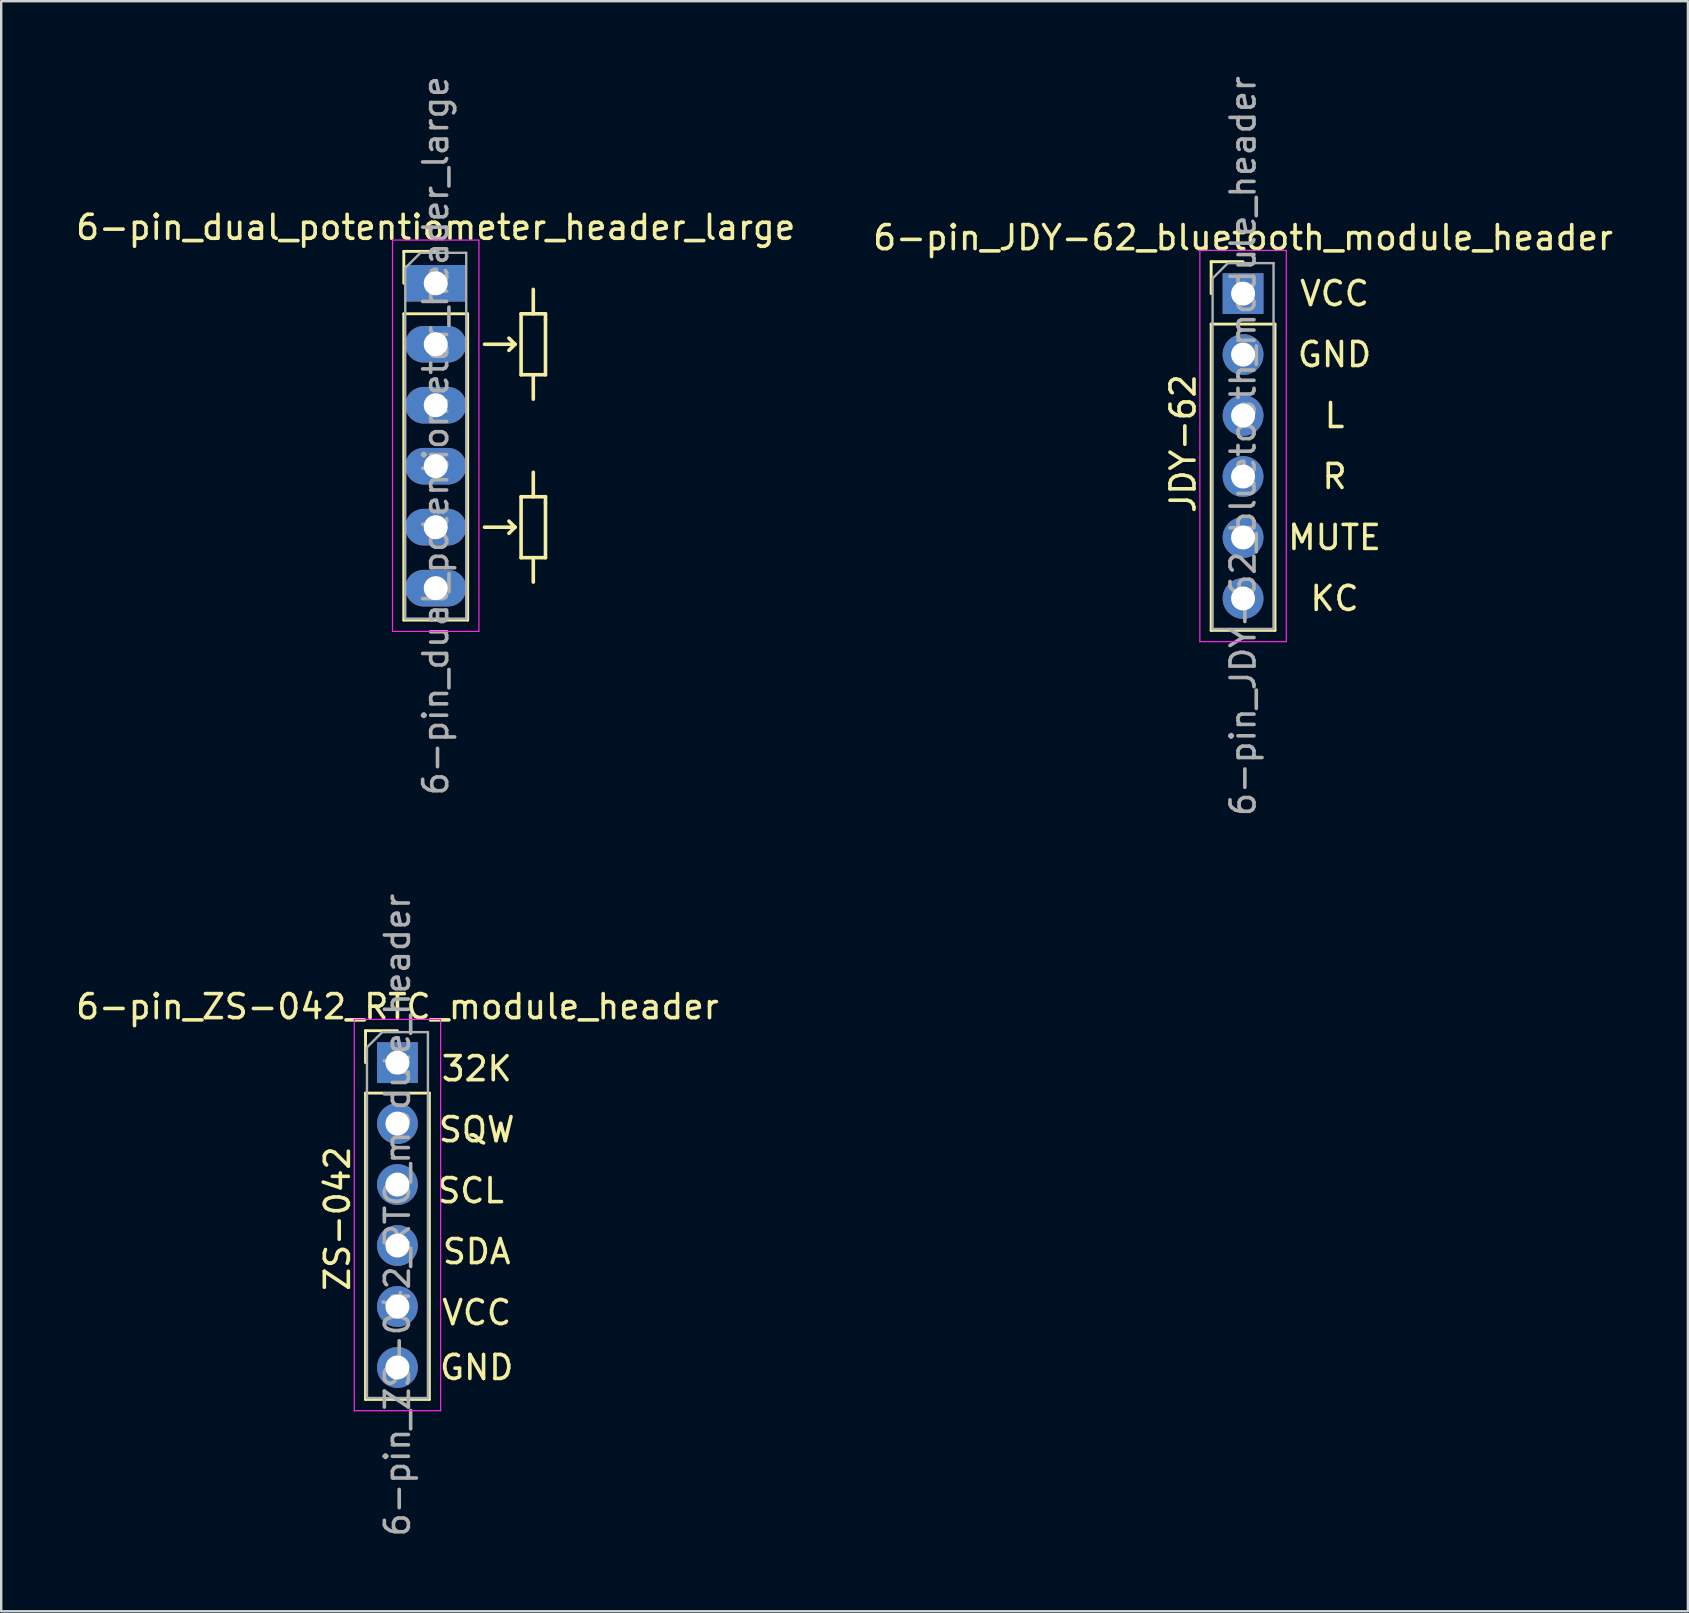
<source format=kicad_pcb>
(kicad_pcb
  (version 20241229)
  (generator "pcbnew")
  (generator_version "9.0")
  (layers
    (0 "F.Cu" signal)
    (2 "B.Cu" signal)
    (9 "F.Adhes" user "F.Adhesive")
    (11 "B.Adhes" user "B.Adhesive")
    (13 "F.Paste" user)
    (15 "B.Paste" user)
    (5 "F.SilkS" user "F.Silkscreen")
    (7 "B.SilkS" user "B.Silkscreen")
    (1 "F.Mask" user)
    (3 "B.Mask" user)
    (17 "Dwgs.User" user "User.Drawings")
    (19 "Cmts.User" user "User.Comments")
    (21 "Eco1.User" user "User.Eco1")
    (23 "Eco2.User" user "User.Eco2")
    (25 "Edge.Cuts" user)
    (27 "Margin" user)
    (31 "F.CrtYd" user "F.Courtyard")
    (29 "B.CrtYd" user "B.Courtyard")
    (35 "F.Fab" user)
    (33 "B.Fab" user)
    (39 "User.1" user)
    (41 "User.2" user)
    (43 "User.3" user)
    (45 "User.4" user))
  (footprint "6-pin_JDY-62_bluetooth_module_header"
    (layer "F.Cu")
    (at 48.732 9.18)
    (property "Reference" "6-pin_JDY-62_bluetooth_module_header" (at 0 -2.33 0) (layer "F.SilkS") (effects (font (size 1 1) (thickness 0.15))))
    (attr through_hole)
    (fp_line (start -1.33 -1.33) (end 0 -1.33) (stroke (width 0.12) (type solid)) (layer "F.SilkS"))
    (fp_line (start -1.33 0) (end -1.33 -1.33) (stroke (width 0.12) (type solid)) (layer "F.SilkS"))
    (fp_line (start -1.33 1.27) (end -1.33 14.03) (stroke (width 0.12) (type solid)) (layer "F.SilkS"))
    (fp_line (start -1.33 1.27) (end 1.33 1.27) (stroke (width 0.12) (type solid)) (layer "F.SilkS"))
    (fp_line (start -1.33 14.03) (end 1.33 14.03) (stroke (width 0.12) (type solid)) (layer "F.SilkS"))
    (fp_line (start 1.33 1.27) (end 1.33 14.03) (stroke (width 0.12) (type solid)) (layer "F.SilkS"))
    (fp_line (start -1.8 -1.8) (end -1.8 14.5) (stroke (width 0.05) (type solid)) (layer "F.CrtYd"))
    (fp_line (start -1.8 14.5) (end 1.8 14.5) (stroke (width 0.05) (type solid)) (layer "F.CrtYd"))
    (fp_line (start 1.8 -1.8) (end -1.8 -1.8) (stroke (width 0.05) (type solid)) (layer "F.CrtYd"))
    (fp_line (start 1.8 14.5) (end 1.8 -1.8) (stroke (width 0.05) (type solid)) (layer "F.CrtYd"))
    (fp_line (start -1.27 -0.635) (end -0.635 -1.27) (stroke (width 0.1) (type solid)) (layer "F.Fab"))
    (fp_line (start -1.27 13.97) (end -1.27 -0.635) (stroke (width 0.1) (type solid)) (layer "F.Fab"))
    (fp_line (start -0.635 -1.27) (end 1.27 -1.27) (stroke (width 0.1) (type solid)) (layer "F.Fab"))
    (fp_line (start 1.27 -1.27) (end 1.27 13.97) (stroke (width 0.1) (type solid)) (layer "F.Fab"))
    (fp_line (start 1.27 13.97) (end -1.27 13.97) (stroke (width 0.1) (type solid)) (layer "F.Fab"))
    (fp_text user "MUTE" (at 3.81 10.16 0) (layer "F.SilkS") (effects (font (size 1 1) (thickness 0.15))))
    (fp_text user "R" (at 3.81 7.62 0) (layer "F.SilkS") (effects (font (size 1 1) (thickness 0.15))))
    (fp_text user "KC" (at 3.81 12.7 0) (layer "F.SilkS") (effects (font (size 1 1) (thickness 0.15))))
    (fp_text user "VCC" (at 3.81 0 0) (layer "F.SilkS") (effects (font (size 1 1) (thickness 0.15))))
    (fp_text user "L" (at 3.81 5.08 0) (layer "F.SilkS") (effects (font (size 1 1) (thickness 0.15))))
    (fp_text user "GND" (at 3.81 2.54 0) (layer "F.SilkS") (effects (font (size 1 1) (thickness 0.15))))
    (fp_text user "JDY-62" (at -2.5 6.25 90) (layer "F.SilkS") (effects (font (size 1 1) (thickness 0.15))))
    (fp_text user "${REFERENCE}" (at 0 6.35 90) (layer "F.Fab") (effects (font (size 1 1) (thickness 0.15))))
    (pad "1" thru_hole rect (at 0 0) (size 1.7 1.7) (drill 1) (layers "*.Cu" "*.Mask"))
    (pad "2" thru_hole oval (at 0 2.54) (size 1.7 1.7) (drill 1) (layers "*.Cu" "*.Mask"))
    (pad "3" thru_hole oval (at 0 5.08) (size 1.7 1.7) (drill 1) (layers "*.Cu" "*.Mask"))
    (pad "4" thru_hole oval (at 0 7.62) (size 1.7 1.7) (drill 1) (layers "*.Cu" "*.Mask"))
    (pad "5" thru_hole oval (at 0 10.16) (size 1.7 1.7) (drill 1) (layers "*.Cu" "*.Mask"))
    (pad "6" thru_hole oval (at 0 12.7) (size 1.7 1.7) (drill 1) (layers "*.Cu" "*.Mask")))
  (footprint "6-pin_dual_potentiometer_header_large"
    (layer "F.Cu")
    (at 15.101 8.751)
    (property "Reference" "6-pin_dual_potentiometer_header_large" (at 0 -2.33 0) (layer "F.SilkS") (effects (font (size 1 1) (thickness 0.15))))
    (attr through_hole)
    (fp_line (start -1.33 -1.33) (end 0 -1.33) (stroke (width 0.12) (type solid)) (layer "F.SilkS"))
    (fp_line (start -1.33 0) (end -1.33 -1.33) (stroke (width 0.12) (type solid)) (layer "F.SilkS"))
    (fp_line (start -1.33 1.27) (end -1.33 14.03) (stroke (width 0.12) (type solid)) (layer "F.SilkS"))
    (fp_line (start -1.33 1.27) (end 1.33 1.27) (stroke (width 0.12) (type solid)) (layer "F.SilkS"))
    (fp_line (start -1.33 14.03) (end 1.33 14.03) (stroke (width 0.12) (type solid)) (layer "F.SilkS"))
    (fp_line (start 1.33 1.27) (end 1.33 14.03) (stroke (width 0.12) (type solid)) (layer "F.SilkS"))
    (fp_line (start 2.032 2.54) (end 3.302 2.54) (stroke (width 0.15) (type solid)) (layer "F.SilkS"))
    (fp_line (start 2.032 10.16) (end 3.302 10.16) (stroke (width 0.15) (type solid)) (layer "F.SilkS"))
    (fp_line (start 3.302 2.54) (end 3.048 2.286) (stroke (width 0.15) (type solid)) (layer "F.SilkS"))
    (fp_line (start 3.302 2.54) (end 3.048 2.794) (stroke (width 0.15) (type solid)) (layer "F.SilkS"))
    (fp_line (start 3.302 10.16) (end 3.048 9.906) (stroke (width 0.15) (type solid)) (layer "F.SilkS"))
    (fp_line (start 3.302 10.16) (end 3.048 10.414) (stroke (width 0.15) (type solid)) (layer "F.SilkS"))
    (fp_line (start 3.556 1.27) (end 3.556 3.81) (stroke (width 0.15) (type solid)) (layer "F.SilkS"))
    (fp_line (start 3.556 3.81) (end 4.572 3.81) (stroke (width 0.15) (type solid)) (layer "F.SilkS"))
    (fp_line (start 3.556 8.89) (end 3.556 11.43) (stroke (width 0.15) (type solid)) (layer "F.SilkS"))
    (fp_line (start 3.556 11.43) (end 4.572 11.43) (stroke (width 0.15) (type solid)) (layer "F.SilkS"))
    (fp_line (start 4.064 1.27) (end 4.064 0.254) (stroke (width 0.15) (type solid)) (layer "F.SilkS"))
    (fp_line (start 4.064 3.81) (end 4.064 4.826) (stroke (width 0.15) (type solid)) (layer "F.SilkS"))
    (fp_line (start 4.064 8.89) (end 4.064 7.874) (stroke (width 0.15) (type solid)) (layer "F.SilkS"))
    (fp_line (start 4.064 11.43) (end 4.064 12.446) (stroke (width 0.15) (type solid)) (layer "F.SilkS"))
    (fp_line (start 4.572 1.27) (end 3.556 1.27) (stroke (width 0.15) (type solid)) (layer "F.SilkS"))
    (fp_line (start 4.572 1.524) (end 4.572 1.27) (stroke (width 0.15) (type solid)) (layer "F.SilkS"))
    (fp_line (start 4.572 3.81) (end 4.572 1.524) (stroke (width 0.15) (type solid)) (layer "F.SilkS"))
    (fp_line (start 4.572 8.89) (end 3.556 8.89) (stroke (width 0.15) (type solid)) (layer "F.SilkS"))
    (fp_line (start 4.572 9.144) (end 4.572 8.89) (stroke (width 0.15) (type solid)) (layer "F.SilkS"))
    (fp_line (start 4.572 11.43) (end 4.572 9.144) (stroke (width 0.15) (type solid)) (layer "F.SilkS"))
    (fp_line (start -1.8 -1.8) (end -1.8 14.5) (stroke (width 0.05) (type solid)) (layer "F.CrtYd"))
    (fp_line (start -1.8 14.5) (end 1.8 14.5) (stroke (width 0.05) (type solid)) (layer "F.CrtYd"))
    (fp_line (start 1.8 -1.8) (end -1.8 -1.8) (stroke (width 0.05) (type solid)) (layer "F.CrtYd"))
    (fp_line (start 1.8 14.5) (end 1.8 -1.8) (stroke (width 0.05) (type solid)) (layer "F.CrtYd"))
    (fp_line (start -1.27 -0.635) (end -0.635 -1.27) (stroke (width 0.1) (type solid)) (layer "F.Fab"))
    (fp_line (start -1.27 13.97) (end -1.27 -0.635) (stroke (width 0.1) (type solid)) (layer "F.Fab"))
    (fp_line (start -0.635 -1.27) (end 1.27 -1.27) (stroke (width 0.1) (type solid)) (layer "F.Fab"))
    (fp_line (start 1.27 -1.27) (end 1.27 13.97) (stroke (width 0.1) (type solid)) (layer "F.Fab"))
    (fp_line (start 1.27 13.97) (end -1.27 13.97) (stroke (width 0.1) (type solid)) (layer "F.Fab"))
    (fp_text user "${REFERENCE}" (at 0 6.35 90) (layer "F.Fab") (effects (font (size 1 1) (thickness 0.15))))
    (pad "1" thru_hole rect (at 0 0) (size 2.54 1.524) (drill 1) (layers "*.Cu" "*.Mask"))
    (pad "2" thru_hole oval (at 0 2.54) (size 2.54 1.524) (drill 1) (layers "*.Cu" "*.Mask"))
    (pad "3" thru_hole oval (at 0 5.08) (size 2.54 1.524) (drill 1) (layers "*.Cu" "*.Mask"))
    (pad "4" thru_hole oval (at 0 7.62) (size 2.54 1.524) (drill 1) (layers "*.Cu" "*.Mask"))
    (pad "5" thru_hole oval (at 0 10.16) (size 2.54 1.524) (drill 1) (layers "*.Cu" "*.Mask"))
    (pad "6" thru_hole oval (at 0 12.7) (size 2.54 1.524) (drill 1) (layers "*.Cu" "*.Mask")))
  (footprint "6-pin_ZS-042_RTC_module_header"
    (layer "F.Cu")
    (at 13.506 41.215)
    (property "Reference" "6-pin_ZS-042_RTC_module_header" (at 0 -2.33 0) (layer "F.SilkS") (effects (font (size 1 1) (thickness 0.15))))
    (attr through_hole)
    (fp_line (start -1.33 -1.33) (end 0 -1.33) (stroke (width 0.12) (type solid)) (layer "F.SilkS"))
    (fp_line (start -1.33 0) (end -1.33 -1.33) (stroke (width 0.12) (type solid)) (layer "F.SilkS"))
    (fp_line (start -1.33 1.27) (end -1.33 14.03) (stroke (width 0.12) (type solid)) (layer "F.SilkS"))
    (fp_line (start -1.33 1.27) (end 1.33 1.27) (stroke (width 0.12) (type solid)) (layer "F.SilkS"))
    (fp_line (start -1.33 14.03) (end 1.33 14.03) (stroke (width 0.12) (type solid)) (layer "F.SilkS"))
    (fp_line (start 1.33 1.27) (end 1.33 14.03) (stroke (width 0.12) (type solid)) (layer "F.SilkS"))
    (fp_line (start -1.8 -1.8) (end -1.8 14.5) (stroke (width 0.05) (type solid)) (layer "F.CrtYd"))
    (fp_line (start -1.8 14.5) (end 1.8 14.5) (stroke (width 0.05) (type solid)) (layer "F.CrtYd"))
    (fp_line (start 1.8 -1.8) (end -1.8 -1.8) (stroke (width 0.05) (type solid)) (layer "F.CrtYd"))
    (fp_line (start 1.8 14.5) (end 1.8 -1.8) (stroke (width 0.05) (type solid)) (layer "F.CrtYd"))
    (fp_line (start -1.27 -0.635) (end -0.635 -1.27) (stroke (width 0.1) (type solid)) (layer "F.Fab"))
    (fp_line (start -1.27 13.97) (end -1.27 -0.635) (stroke (width 0.1) (type solid)) (layer "F.Fab"))
    (fp_line (start -0.635 -1.27) (end 1.27 -1.27) (stroke (width 0.1) (type solid)) (layer "F.Fab"))
    (fp_line (start 1.27 -1.27) (end 1.27 13.97) (stroke (width 0.1) (type solid)) (layer "F.Fab"))
    (fp_line (start 1.27 13.97) (end -1.27 13.97) (stroke (width 0.1) (type solid)) (layer "F.Fab"))
    (fp_text user "SCL" (at 3.048 5.334 0) (layer "F.SilkS") (effects (font (size 1 1) (thickness 0.15))))
    (fp_text user "SDA" (at 3.302 7.874 0) (layer "F.SilkS") (effects (font (size 1 1) (thickness 0.15))))
    (fp_text user "32K" (at 3.302 0.254 0) (layer "F.SilkS") (effects (font (size 1 1) (thickness 0.15))))
    (fp_text user "VCC" (at 3.302 10.414 0) (layer "F.SilkS") (effects (font (size 1 1) (thickness 0.15))))
    (fp_text user "ZS-042" (at -2.5 6.5 90) (layer "F.SilkS") (effects (font (size 1 1) (thickness 0.15))))
    (fp_text user "SQW" (at 3.302 2.794 0) (layer "F.SilkS") (effects (font (size 1 1) (thickness 0.15))))
    (fp_text user "GND" (at 3.302 12.7 0) (layer "F.SilkS") (effects (font (size 1 1) (thickness 0.15))))
    (fp_text user "${REFERENCE}" (at 0 6.35 90) (layer "F.Fab") (effects (font (size 1 1) (thickness 0.15))))
    (pad "1" thru_hole oval (at 0 5.08) (size 1.7 1.7) (drill 1) (layers "*.Cu" "*.Mask"))
    (pad "2" thru_hole oval (at 0 7.62) (size 1.7 1.7) (drill 1) (layers "*.Cu" "*.Mask"))
    (pad "3" thru_hole oval (at 0 10.16) (size 1.7 1.7) (drill 1) (layers "*.Cu" "*.Mask"))
    (pad "4" thru_hole oval (at 0 12.7) (size 1.7 1.7) (drill 1) (layers "*.Cu" "*.Mask"))
    (pad "5" thru_hole rect (at 0 0) (size 1.7 1.7) (drill 1) (layers "*.Cu" "*.Mask"))
    (pad "6" thru_hole oval (at 0 2.54) (size 1.7 1.7) (drill 1) (layers "*.Cu" "*.Mask")))
  (gr_rect
    (start -3 -3)
    (end 67.262 64.071)
    (stroke (width 0.1) (type default))
    (fill no)
    (layer "Edge.Cuts")))
</source>
